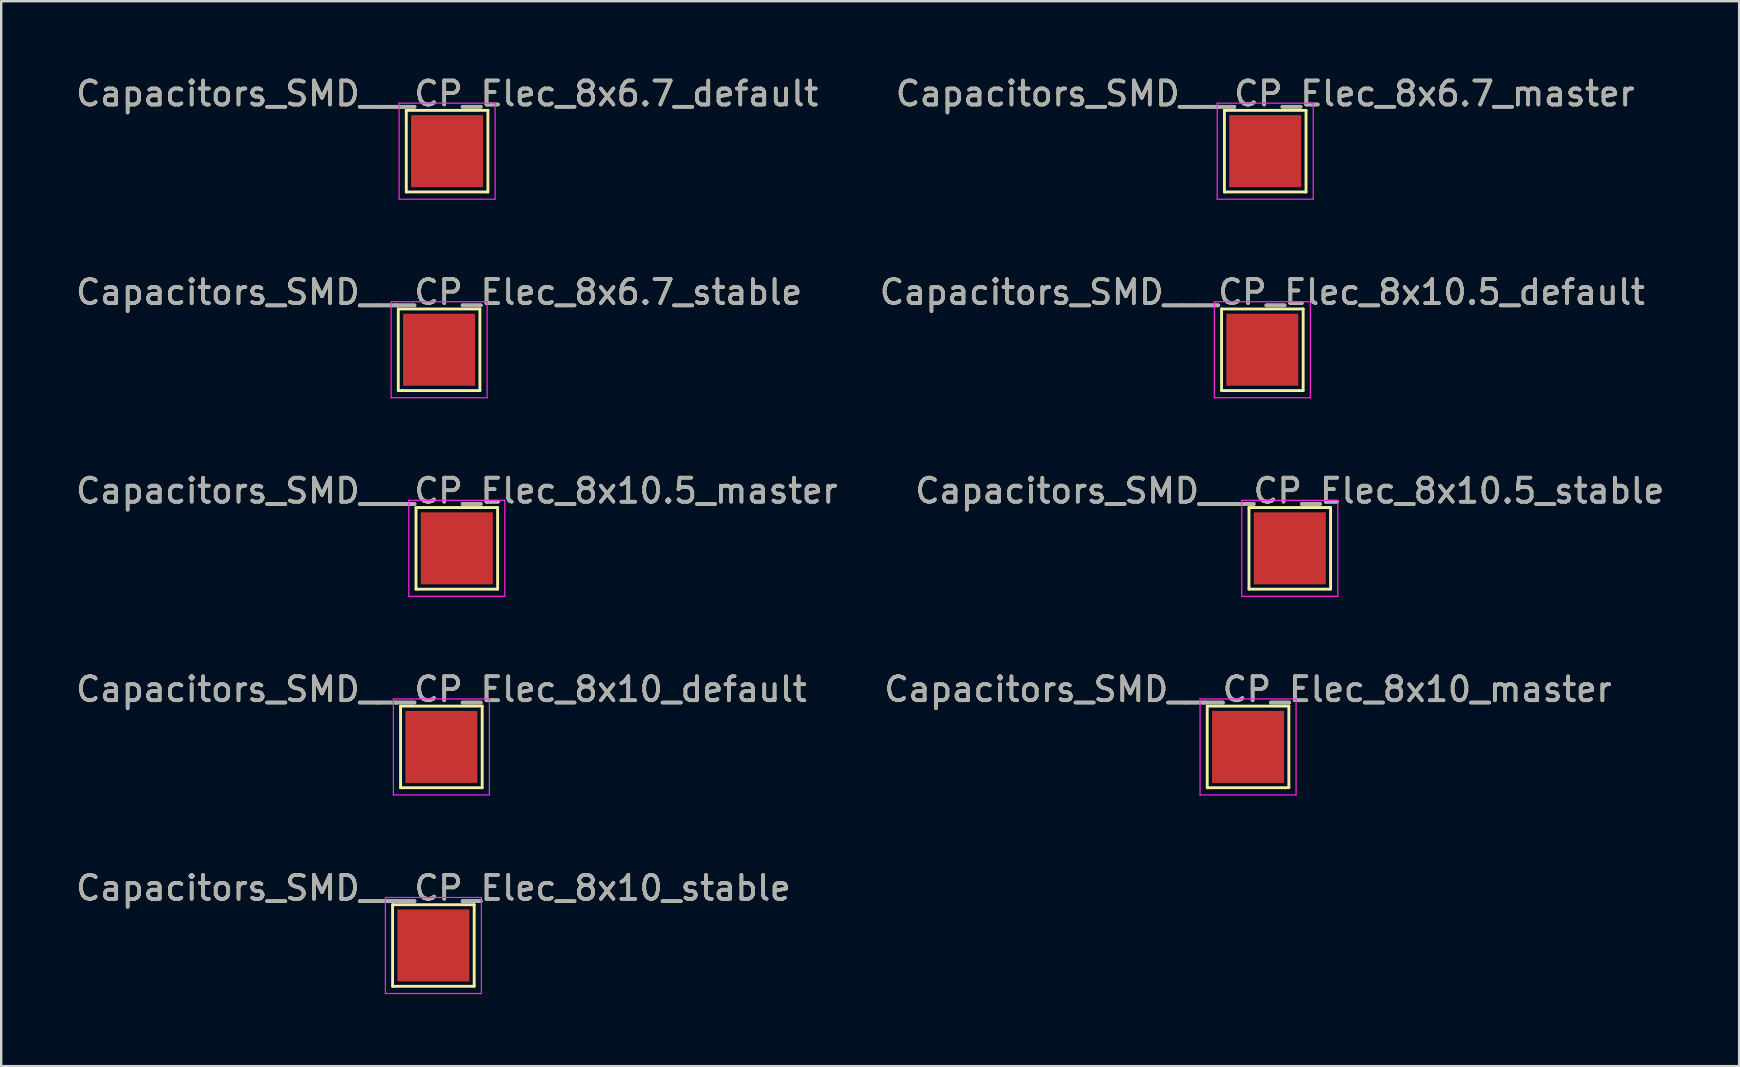
<source format=kicad_pcb>
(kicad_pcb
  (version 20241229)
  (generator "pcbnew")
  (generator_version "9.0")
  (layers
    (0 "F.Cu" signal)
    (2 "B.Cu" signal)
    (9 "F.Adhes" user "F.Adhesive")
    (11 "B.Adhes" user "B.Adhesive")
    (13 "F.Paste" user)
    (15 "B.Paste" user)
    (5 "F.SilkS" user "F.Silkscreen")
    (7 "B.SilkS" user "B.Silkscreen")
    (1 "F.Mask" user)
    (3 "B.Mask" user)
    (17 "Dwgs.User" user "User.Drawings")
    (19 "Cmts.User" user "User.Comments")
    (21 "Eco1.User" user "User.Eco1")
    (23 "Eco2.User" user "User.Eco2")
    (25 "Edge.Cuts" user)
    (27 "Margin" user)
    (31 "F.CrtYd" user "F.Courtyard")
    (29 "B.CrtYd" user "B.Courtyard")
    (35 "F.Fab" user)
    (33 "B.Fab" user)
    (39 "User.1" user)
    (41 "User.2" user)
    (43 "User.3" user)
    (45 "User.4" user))
  (footprint "Capacitors_SMD___CP_Elec_8x6.7_stable"
    (layer "F.Cu")
    (at 15.244 11.521)
    (property "Reference" "Capacitors_SMD___CP_Elec_8x6.7_stable" (at 0 -2.398 0) (layer "F.SilkS") (effects (font (size 1 1) (thickness 0.15))))
    (attr exclude_from_pos_files exclude_from_bom)
    (fp_line (start -1.7 -1.7) (end 1.7 -1.7) (stroke (width 0.12) (type solid)) (layer "F.SilkS"))
    (fp_line (start -1.7 1.7) (end -1.7 -1.7) (stroke (width 0.12) (type solid)) (layer "F.SilkS"))
    (fp_line (start 1.7 -1.7) (end 1.7 1.7) (stroke (width 0.12) (type solid)) (layer "F.SilkS"))
    (fp_line (start 1.7 1.7) (end -1.7 1.7) (stroke (width 0.12) (type solid)) (layer "F.SilkS"))
    (fp_line (start -2 -2) (end -2 2) (stroke (width 0.05) (type solid)) (layer "F.CrtYd"))
    (fp_line (start -2 -2) (end 2 -2) (stroke (width 0.05) (type solid)) (layer "F.CrtYd"))
    (fp_line (start 2 2) (end -2 2) (stroke (width 0.05) (type solid)) (layer "F.CrtYd"))
    (fp_line (start 2 2) (end 2 -2) (stroke (width 0.05) (type solid)) (layer "F.CrtYd"))
    (fp_text user "${REFERENCE}" (at 0 -2.4 0) (layer "F.Fab") (effects (font (size 1 1) (thickness 0.15))))
    (pad "1" smd rect (at 0 0) (size 3 3) (layers "F.Cu" "F.Mask")))
  (footprint "Capacitors_SMD___CP_Elec_8x6.7_default"
    (layer "F.Cu")
    (at 15.577 3.248)
    (property "Reference" "Capacitors_SMD___CP_Elec_8x6.7_default" (at 0 -2.398 0) (layer "F.SilkS") (effects (font (size 1 1) (thickness 0.15))))
    (attr exclude_from_pos_files exclude_from_bom)
    (fp_line (start -1.7 -1.7) (end 1.7 -1.7) (stroke (width 0.12) (type solid)) (layer "F.SilkS"))
    (fp_line (start -1.7 1.7) (end -1.7 -1.7) (stroke (width 0.12) (type solid)) (layer "F.SilkS"))
    (fp_line (start 1.7 -1.7) (end 1.7 1.7) (stroke (width 0.12) (type solid)) (layer "F.SilkS"))
    (fp_line (start 1.7 1.7) (end -1.7 1.7) (stroke (width 0.12) (type solid)) (layer "F.SilkS"))
    (fp_line (start -2 -2) (end -2 2) (stroke (width 0.05) (type solid)) (layer "F.CrtYd"))
    (fp_line (start -2 -2) (end 2 -2) (stroke (width 0.05) (type solid)) (layer "F.CrtYd"))
    (fp_line (start 2 2) (end -2 2) (stroke (width 0.05) (type solid)) (layer "F.CrtYd"))
    (fp_line (start 2 2) (end 2 -2) (stroke (width 0.05) (type solid)) (layer "F.CrtYd"))
    (fp_text user "${REFERENCE}" (at 0 -2.4 0) (layer "F.Fab") (effects (font (size 1 1) (thickness 0.15))))
    (pad "1" smd rect (at 0 0) (size 3 3) (layers "F.Cu" "F.Mask")))
  (footprint "Capacitors_SMD___CP_Elec_8x10_master"
    (layer "F.Cu")
    (at 48.946 28.068)
    (property "Reference" "Capacitors_SMD___CP_Elec_8x10_master" (at 0 -2.398 0) (layer "F.SilkS") (effects (font (size 1 1) (thickness 0.15))))
    (attr exclude_from_pos_files exclude_from_bom)
    (fp_line (start -1.7 -1.7) (end 1.7 -1.7) (stroke (width 0.12) (type solid)) (layer "F.SilkS"))
    (fp_line (start -1.7 1.7) (end -1.7 -1.7) (stroke (width 0.12) (type solid)) (layer "F.SilkS"))
    (fp_line (start 1.7 -1.7) (end 1.7 1.7) (stroke (width 0.12) (type solid)) (layer "F.SilkS"))
    (fp_line (start 1.7 1.7) (end -1.7 1.7) (stroke (width 0.12) (type solid)) (layer "F.SilkS"))
    (fp_line (start -2 -2) (end -2 2) (stroke (width 0.05) (type solid)) (layer "F.CrtYd"))
    (fp_line (start -2 -2) (end 2 -2) (stroke (width 0.05) (type solid)) (layer "F.CrtYd"))
    (fp_line (start 2 2) (end -2 2) (stroke (width 0.05) (type solid)) (layer "F.CrtYd"))
    (fp_line (start 2 2) (end 2 -2) (stroke (width 0.05) (type solid)) (layer "F.CrtYd"))
    (fp_text user "${REFERENCE}" (at 0 -2.4 0) (layer "F.Fab") (effects (font (size 1 1) (thickness 0.15))))
    (pad "1" smd rect (at 0 0) (size 3 3) (layers "F.Cu" "F.Mask")))
  (footprint "Capacitors_SMD___CP_Elec_8x10_default"
    (layer "F.Cu")
    (at 15.339 28.068)
    (property "Reference" "Capacitors_SMD___CP_Elec_8x10_default" (at 0 -2.398 0) (layer "F.SilkS") (effects (font (size 1 1) (thickness 0.15))))
    (attr exclude_from_pos_files exclude_from_bom)
    (fp_line (start -1.7 -1.7) (end 1.7 -1.7) (stroke (width 0.12) (type solid)) (layer "F.SilkS"))
    (fp_line (start -1.7 1.7) (end -1.7 -1.7) (stroke (width 0.12) (type solid)) (layer "F.SilkS"))
    (fp_line (start 1.7 -1.7) (end 1.7 1.7) (stroke (width 0.12) (type solid)) (layer "F.SilkS"))
    (fp_line (start 1.7 1.7) (end -1.7 1.7) (stroke (width 0.12) (type solid)) (layer "F.SilkS"))
    (fp_line (start -2 -2) (end -2 2) (stroke (width 0.05) (type solid)) (layer "F.CrtYd"))
    (fp_line (start -2 -2) (end 2 -2) (stroke (width 0.05) (type solid)) (layer "F.CrtYd"))
    (fp_line (start 2 2) (end -2 2) (stroke (width 0.05) (type solid)) (layer "F.CrtYd"))
    (fp_line (start 2 2) (end 2 -2) (stroke (width 0.05) (type solid)) (layer "F.CrtYd"))
    (fp_text user "${REFERENCE}" (at 0 -2.4 0) (layer "F.Fab") (effects (font (size 1 1) (thickness 0.15))))
    (pad "1" smd rect (at 0 0) (size 3 3) (layers "F.Cu" "F.Mask")))
  (footprint "Capacitors_SMD___CP_Elec_8x6.7_master"
    (layer "F.Cu")
    (at 49.661 3.248)
    (property "Reference" "Capacitors_SMD___CP_Elec_8x6.7_master" (at 0 -2.398 0) (layer "F.SilkS") (effects (font (size 1 1) (thickness 0.15))))
    (attr exclude_from_pos_files exclude_from_bom)
    (fp_line (start -1.7 -1.7) (end 1.7 -1.7) (stroke (width 0.12) (type solid)) (layer "F.SilkS"))
    (fp_line (start -1.7 1.7) (end -1.7 -1.7) (stroke (width 0.12) (type solid)) (layer "F.SilkS"))
    (fp_line (start 1.7 -1.7) (end 1.7 1.7) (stroke (width 0.12) (type solid)) (layer "F.SilkS"))
    (fp_line (start 1.7 1.7) (end -1.7 1.7) (stroke (width 0.12) (type solid)) (layer "F.SilkS"))
    (fp_line (start -2 -2) (end -2 2) (stroke (width 0.05) (type solid)) (layer "F.CrtYd"))
    (fp_line (start -2 -2) (end 2 -2) (stroke (width 0.05) (type solid)) (layer "F.CrtYd"))
    (fp_line (start 2 2) (end -2 2) (stroke (width 0.05) (type solid)) (layer "F.CrtYd"))
    (fp_line (start 2 2) (end 2 -2) (stroke (width 0.05) (type solid)) (layer "F.CrtYd"))
    (fp_text user "${REFERENCE}" (at 0 -2.4 0) (layer "F.Fab") (effects (font (size 1 1) (thickness 0.15))))
    (pad "1" smd rect (at 0 0) (size 3 3) (layers "F.Cu" "F.Mask")))
  (footprint "Capacitors_SMD___CP_Elec_8x10.5_stable"
    (layer "F.Cu")
    (at 50.685 19.795)
    (property "Reference" "Capacitors_SMD___CP_Elec_8x10.5_stable" (at 0 -2.398 0) (layer "F.SilkS") (effects (font (size 1 1) (thickness 0.15))))
    (attr exclude_from_pos_files exclude_from_bom)
    (fp_line (start -1.7 -1.7) (end 1.7 -1.7) (stroke (width 0.12) (type solid)) (layer "F.SilkS"))
    (fp_line (start -1.7 1.7) (end -1.7 -1.7) (stroke (width 0.12) (type solid)) (layer "F.SilkS"))
    (fp_line (start 1.7 -1.7) (end 1.7 1.7) (stroke (width 0.12) (type solid)) (layer "F.SilkS"))
    (fp_line (start 1.7 1.7) (end -1.7 1.7) (stroke (width 0.12) (type solid)) (layer "F.SilkS"))
    (fp_line (start -2 -2) (end -2 2) (stroke (width 0.05) (type solid)) (layer "F.CrtYd"))
    (fp_line (start -2 -2) (end 2 -2) (stroke (width 0.05) (type solid)) (layer "F.CrtYd"))
    (fp_line (start 2 2) (end -2 2) (stroke (width 0.05) (type solid)) (layer "F.CrtYd"))
    (fp_line (start 2 2) (end 2 -2) (stroke (width 0.05) (type solid)) (layer "F.CrtYd"))
    (fp_text user "${REFERENCE}" (at 0 -2.4 0) (layer "F.Fab") (effects (font (size 1 1) (thickness 0.15))))
    (pad "1" smd rect (at 0 0) (size 3 3) (layers "F.Cu" "F.Mask")))
  (footprint "Capacitors_SMD___CP_Elec_8x10_stable"
    (layer "F.Cu")
    (at 15.006 36.341)
    (property "Reference" "Capacitors_SMD___CP_Elec_8x10_stable" (at 0 -2.398 0) (layer "F.SilkS") (effects (font (size 1 1) (thickness 0.15))))
    (attr exclude_from_pos_files exclude_from_bom)
    (fp_line (start -1.7 -1.7) (end 1.7 -1.7) (stroke (width 0.12) (type solid)) (layer "F.SilkS"))
    (fp_line (start -1.7 1.7) (end -1.7 -1.7) (stroke (width 0.12) (type solid)) (layer "F.SilkS"))
    (fp_line (start 1.7 -1.7) (end 1.7 1.7) (stroke (width 0.12) (type solid)) (layer "F.SilkS"))
    (fp_line (start 1.7 1.7) (end -1.7 1.7) (stroke (width 0.12) (type solid)) (layer "F.SilkS"))
    (fp_line (start -2 -2) (end -2 2) (stroke (width 0.05) (type solid)) (layer "F.CrtYd"))
    (fp_line (start -2 -2) (end 2 -2) (stroke (width 0.05) (type solid)) (layer "F.CrtYd"))
    (fp_line (start 2 2) (end -2 2) (stroke (width 0.05) (type solid)) (layer "F.CrtYd"))
    (fp_line (start 2 2) (end 2 -2) (stroke (width 0.05) (type solid)) (layer "F.CrtYd"))
    (fp_text user "${REFERENCE}" (at 0 -2.4 0) (layer "F.Fab") (effects (font (size 1 1) (thickness 0.15))))
    (pad "1" smd rect (at 0 0) (size 3 3) (layers "F.Cu" "F.Mask")))
  (footprint "Capacitors_SMD___CP_Elec_8x10.5_master"
    (layer "F.Cu")
    (at 15.982 19.795)
    (property "Reference" "Capacitors_SMD___CP_Elec_8x10.5_master" (at 0 -2.398 0) (layer "F.SilkS") (effects (font (size 1 1) (thickness 0.15))))
    (attr exclude_from_pos_files exclude_from_bom)
    (fp_line (start -1.7 -1.7) (end 1.7 -1.7) (stroke (width 0.12) (type solid)) (layer "F.SilkS"))
    (fp_line (start -1.7 1.7) (end -1.7 -1.7) (stroke (width 0.12) (type solid)) (layer "F.SilkS"))
    (fp_line (start 1.7 -1.7) (end 1.7 1.7) (stroke (width 0.12) (type solid)) (layer "F.SilkS"))
    (fp_line (start 1.7 1.7) (end -1.7 1.7) (stroke (width 0.12) (type solid)) (layer "F.SilkS"))
    (fp_line (start -2 -2) (end -2 2) (stroke (width 0.05) (type solid)) (layer "F.CrtYd"))
    (fp_line (start -2 -2) (end 2 -2) (stroke (width 0.05) (type solid)) (layer "F.CrtYd"))
    (fp_line (start 2 2) (end -2 2) (stroke (width 0.05) (type solid)) (layer "F.CrtYd"))
    (fp_line (start 2 2) (end 2 -2) (stroke (width 0.05) (type solid)) (layer "F.CrtYd"))
    (fp_text user "${REFERENCE}" (at 0 -2.4 0) (layer "F.Fab") (effects (font (size 1 1) (thickness 0.15))))
    (pad "1" smd rect (at 0 0) (size 3 3) (layers "F.Cu" "F.Mask")))
  (footprint "Capacitors_SMD___CP_Elec_8x10.5_default"
    (layer "F.Cu")
    (at 49.542 11.521)
    (property "Reference" "Capacitors_SMD___CP_Elec_8x10.5_default" (at 0 -2.398 0) (layer "F.SilkS") (effects (font (size 1 1) (thickness 0.15))))
    (attr exclude_from_pos_files exclude_from_bom)
    (fp_line (start -1.7 -1.7) (end 1.7 -1.7) (stroke (width 0.12) (type solid)) (layer "F.SilkS"))
    (fp_line (start -1.7 1.7) (end -1.7 -1.7) (stroke (width 0.12) (type solid)) (layer "F.SilkS"))
    (fp_line (start 1.7 -1.7) (end 1.7 1.7) (stroke (width 0.12) (type solid)) (layer "F.SilkS"))
    (fp_line (start 1.7 1.7) (end -1.7 1.7) (stroke (width 0.12) (type solid)) (layer "F.SilkS"))
    (fp_line (start -2 -2) (end -2 2) (stroke (width 0.05) (type solid)) (layer "F.CrtYd"))
    (fp_line (start -2 -2) (end 2 -2) (stroke (width 0.05) (type solid)) (layer "F.CrtYd"))
    (fp_line (start 2 2) (end -2 2) (stroke (width 0.05) (type solid)) (layer "F.CrtYd"))
    (fp_line (start 2 2) (end 2 -2) (stroke (width 0.05) (type solid)) (layer "F.CrtYd"))
    (fp_text user "${REFERENCE}" (at 0 -2.4 0) (layer "F.Fab") (effects (font (size 1 1) (thickness 0.15))))
    (pad "1" smd rect (at 0 0) (size 3 3) (layers "F.Cu" "F.Mask")))
  (gr_rect
    (start -3 -3)
    (end 69.405 41.366)
    (stroke (width 0.1) (type default))
    (fill no)
    (layer "Edge.Cuts")))
</source>
